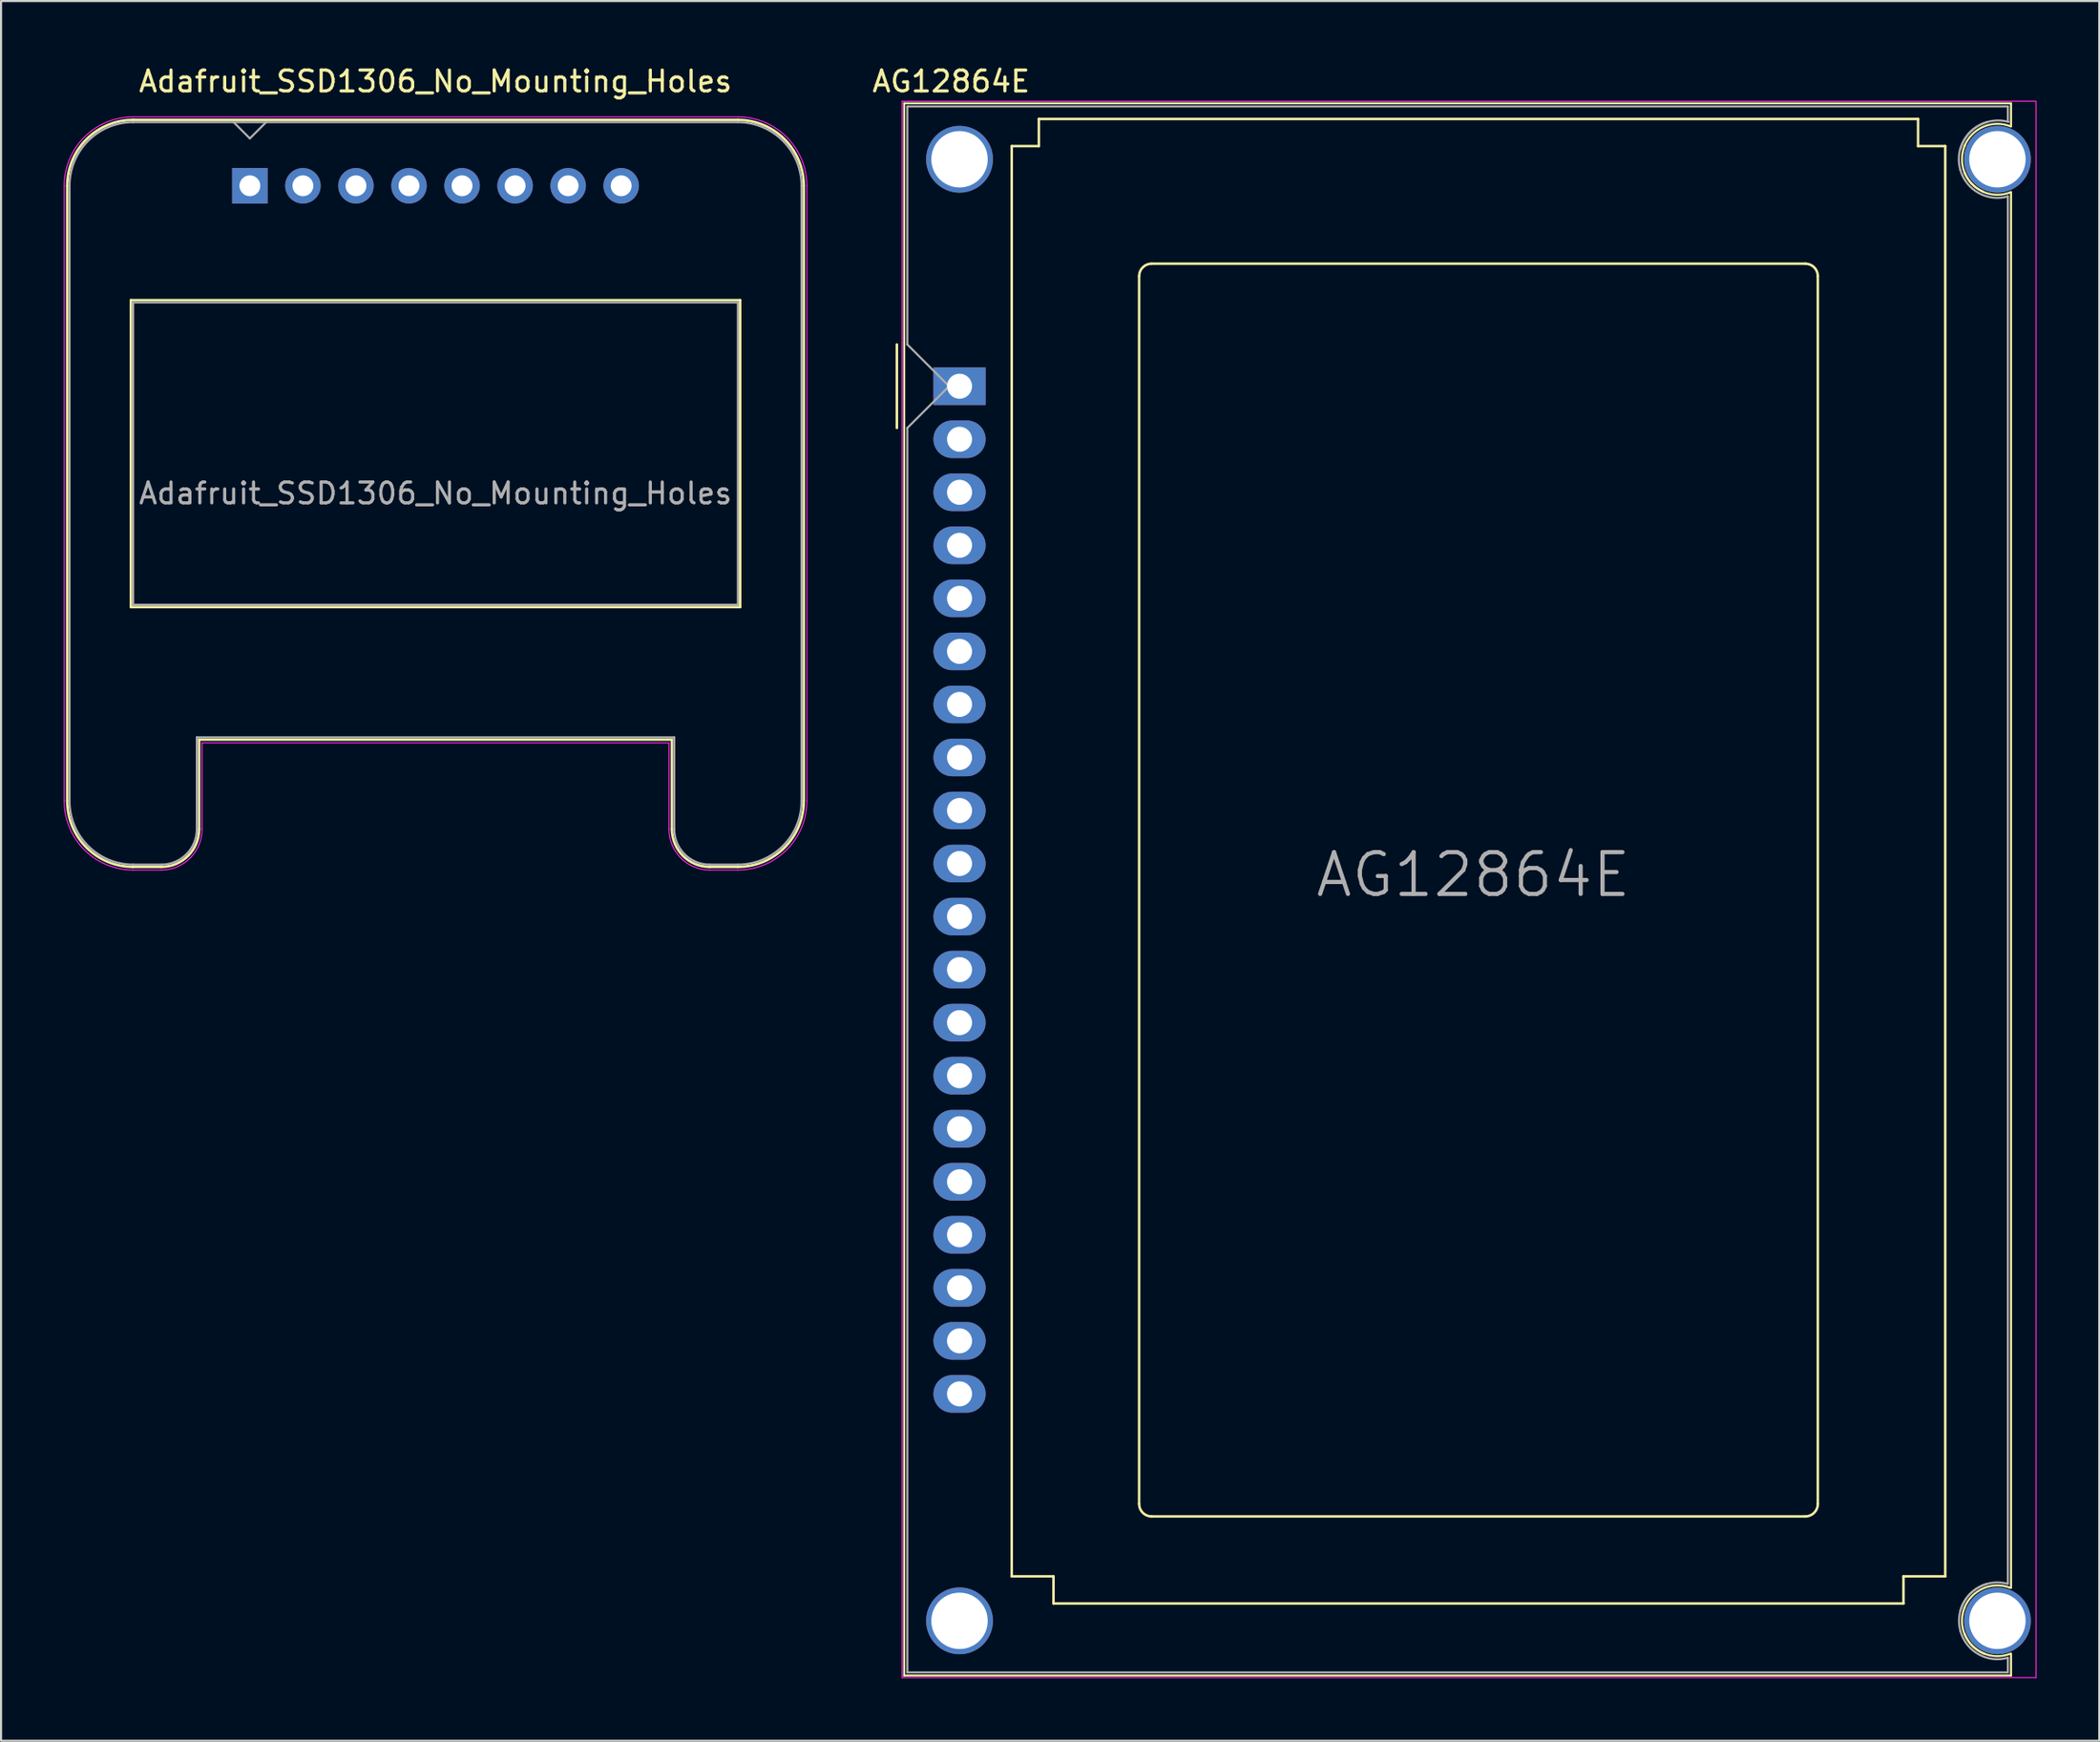
<source format=kicad_pcb>
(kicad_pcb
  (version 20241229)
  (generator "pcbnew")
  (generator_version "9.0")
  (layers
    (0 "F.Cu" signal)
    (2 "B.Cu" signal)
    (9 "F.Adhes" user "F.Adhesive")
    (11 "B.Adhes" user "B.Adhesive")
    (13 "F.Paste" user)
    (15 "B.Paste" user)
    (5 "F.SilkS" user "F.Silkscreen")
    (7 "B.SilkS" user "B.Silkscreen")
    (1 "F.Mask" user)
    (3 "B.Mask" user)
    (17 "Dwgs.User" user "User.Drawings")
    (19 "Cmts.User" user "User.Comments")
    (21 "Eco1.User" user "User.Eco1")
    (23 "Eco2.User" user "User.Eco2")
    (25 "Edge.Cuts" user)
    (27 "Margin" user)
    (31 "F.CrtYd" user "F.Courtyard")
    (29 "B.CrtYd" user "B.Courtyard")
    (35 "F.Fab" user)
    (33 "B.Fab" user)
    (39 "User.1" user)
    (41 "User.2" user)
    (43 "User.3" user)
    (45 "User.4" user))
  (footprint "Adafruit_SSD1306_No_Mounting_Holes"
    (layer "F.Cu")
    (at 8.915 5.848)
    (property "Reference" "Adafruit_SSD1306_No_Mounting_Holes" (at 8.89 -5 0) (layer "F.SilkS") (effects (font (size 1 1) (thickness 0.15))))
    (attr through_hole)
    (fp_line (start -8.746 0) (end -8.746 29.464) (stroke (width 0.12) (type solid)) (layer "F.SilkS"))
    (fp_line (start -5.698 5.478) (end -5.698 20.176) (stroke (width 0.12) (type solid)) (layer "F.SilkS"))
    (fp_line (start -5.698 5.478) (end 23.478 5.478) (stroke (width 0.12) (type solid)) (layer "F.SilkS"))
    (fp_line (start -5.698 20.176) (end 23.478 20.176) (stroke (width 0.12) (type solid)) (layer "F.SilkS"))
    (fp_line (start -4.238 32.622) (end -5.59 32.622) (stroke (width 0.12) (type solid)) (layer "F.SilkS"))
    (fp_line (start -2.43 26.526) (end -2.43 30.814) (stroke (width 0.12) (type solid)) (layer "F.SilkS"))
    (fp_line (start -2.43 26.526) (end 20.21 26.526) (stroke (width 0.12) (type solid)) (layer "F.SilkS"))
    (fp_line (start 20.21 26.526) (end 20.21 30.814) (stroke (width 0.12) (type solid)) (layer "F.SilkS"))
    (fp_line (start 22.018 32.622) (end 23.37 32.622) (stroke (width 0.12) (type solid)) (layer "F.SilkS"))
    (fp_line (start 23.368 -3.158) (end -5.588 -3.158) (stroke (width 0.12) (type solid)) (layer "F.SilkS"))
    (fp_line (start 23.478 5.478) (end 23.478 20.176) (stroke (width 0.12) (type solid)) (layer "F.SilkS"))
    (fp_line (start 26.526 0) (end 26.526 29.464) (stroke (width 0.12) (type solid)) (layer "F.SilkS"))
    (fp_arc (start -8.746 0) (mid -7.821043 -2.233043) (end -5.588 -3.158) (stroke (width 0.12) (type solid)) (layer "F.SilkS"))
    (fp_arc (start -5.588 32.622) (mid -7.821043 31.697043) (end -8.746 29.464) (stroke (width 0.12) (type solid)) (layer "F.SilkS"))
    (fp_arc (start -2.43 30.812) (mid -2.958137 32.091035) (end -4.236 32.622) (stroke (width 0.12) (type solid)) (layer "F.SilkS"))
    (fp_arc (start 22.016 32.622) (mid 20.738137 32.091035) (end 20.21 30.812) (stroke (width 0.12) (type solid)) (layer "F.SilkS"))
    (fp_arc (start 23.368 -3.158) (mid 25.601043 -2.233043) (end 26.526 0) (stroke (width 0.12) (type solid)) (layer "F.SilkS"))
    (fp_arc (start 26.526 29.464) (mid 25.601043 31.697043) (end 23.368 32.622) (stroke (width 0.12) (type solid)) (layer "F.SilkS"))
    (fp_line (start -8.89 0) (end -8.89 29.47) (stroke (width 0.05) (type solid)) (layer "F.CrtYd"))
    (fp_line (start -4.24 32.77) (end -5.59 32.77) (stroke (width 0.05) (type solid)) (layer "F.CrtYd"))
    (fp_line (start -2.29 26.68) (end -2.29 30.82) (stroke (width 0.05) (type solid)) (layer "F.CrtYd"))
    (fp_line (start -2.29 26.68) (end 20.07 26.68) (stroke (width 0.05) (type solid)) (layer "F.CrtYd"))
    (fp_line (start 20.07 26.68) (end 20.07 30.82) (stroke (width 0.05) (type solid)) (layer "F.CrtYd"))
    (fp_line (start 22.02 32.77) (end 23.37 32.77) (stroke (width 0.05) (type solid)) (layer "F.CrtYd"))
    (fp_line (start 23.37 -3.3) (end -5.59 -3.3) (stroke (width 0.05) (type solid)) (layer "F.CrtYd"))
    (fp_line (start 26.67 0) (end 26.67 29.47) (stroke (width 0.05) (type solid)) (layer "F.CrtYd"))
    (fp_arc (start -8.89 0) (mid -7.923452 -2.333452) (end -5.59 -3.3) (stroke (width 0.05) (type solid)) (layer "F.CrtYd"))
    (fp_arc (start -5.59 32.77) (mid -7.923452 31.803452) (end -8.89 29.47) (stroke (width 0.05) (type solid)) (layer "F.CrtYd"))
    (fp_arc (start -2.29 30.82) (mid -2.861142 32.198858) (end -4.24 32.77) (stroke (width 0.05) (type solid)) (layer "F.CrtYd"))
    (fp_arc (start 22.02 32.77) (mid 20.641142 32.198858) (end 20.07 30.82) (stroke (width 0.05) (type solid)) (layer "F.CrtYd"))
    (fp_arc (start 23.37 -3.3) (mid 25.703452 -2.333452) (end 26.67 0) (stroke (width 0.05) (type solid)) (layer "F.CrtYd"))
    (fp_arc (start 26.67 29.47) (mid 25.703452 31.803452) (end 23.37 32.77) (stroke (width 0.05) (type solid)) (layer "F.CrtYd"))
    (fp_line (start -8.636 0) (end -8.636 29.464) (stroke (width 0.1) (type solid)) (layer "F.Fab"))
    (fp_line (start -5.588 5.588) (end -5.588 20.066) (stroke (width 0.1) (type solid)) (layer "F.Fab"))
    (fp_line (start -5.588 5.588) (end 23.368 5.588) (stroke (width 0.1) (type solid)) (layer "F.Fab"))
    (fp_line (start -5.588 20.066) (end 23.368 20.066) (stroke (width 0.1) (type solid)) (layer "F.Fab"))
    (fp_line (start -4.238 32.512) (end -5.59 32.512) (stroke (width 0.1) (type solid)) (layer "F.Fab"))
    (fp_line (start -2.54 26.416) (end -2.54 30.814) (stroke (width 0.1) (type solid)) (layer "F.Fab"))
    (fp_line (start -2.54 26.416) (end 20.32 26.416) (stroke (width 0.1) (type solid)) (layer "F.Fab"))
    (fp_line (start -0.78 -3.048) (end 0 -2.268) (stroke (width 0.1) (type solid)) (layer "F.Fab"))
    (fp_line (start 0 -2.268) (end 0.78 -3.048) (stroke (width 0.1) (type solid)) (layer "F.Fab"))
    (fp_line (start 20.32 26.416) (end 20.32 30.814) (stroke (width 0.1) (type solid)) (layer "F.Fab"))
    (fp_line (start 22.018 32.512) (end 23.37 32.512) (stroke (width 0.1) (type solid)) (layer "F.Fab"))
    (fp_line (start 23.368 -3.048) (end -5.588 -3.048) (stroke (width 0.1) (type solid)) (layer "F.Fab"))
    (fp_line (start 23.368 5.588) (end 23.368 20.066) (stroke (width 0.1) (type solid)) (layer "F.Fab"))
    (fp_line (start 26.416 0) (end 26.416 29.464) (stroke (width 0.1) (type solid)) (layer "F.Fab"))
    (fp_arc (start -8.636 0.002) (mid -7.744676 -2.153847) (end -5.59 -3.048) (stroke (width 0.1) (type solid)) (layer "F.Fab"))
    (fp_arc (start -5.59 32.512) (mid -7.744676 31.617847) (end -8.636 29.462) (stroke (width 0.1) (type solid)) (layer "F.Fab"))
    (fp_arc (start -2.54 30.812) (mid -3.035918 32.013253) (end -4.236 32.512) (stroke (width 0.1) (type solid)) (layer "F.Fab"))
    (fp_arc (start 22.016 32.512) (mid 20.815918 32.013253) (end 20.32 30.812) (stroke (width 0.1) (type solid)) (layer "F.Fab"))
    (fp_arc (start 23.368 -3.048) (mid 25.523261 -2.155261) (end 26.416 0) (stroke (width 0.1) (type solid)) (layer "F.Fab"))
    (fp_arc (start 26.416 29.464) (mid 25.523261 31.619261) (end 23.368 32.512) (stroke (width 0.1) (type solid)) (layer "F.Fab"))
    (fp_text user "${REFERENCE}" (at 8.89 14.732 0) (layer "F.Fab") (effects (font (size 1 1) (thickness 0.15))))
    (pad "1" thru_hole rect (at 0 0) (size 1.7 1.7) (drill 1) (layers "*.Cu" "*.Mask"))
    (pad "2" thru_hole circle (at 2.54 0) (size 1.7 1.7) (drill 1) (layers "*.Cu" "*.Mask"))
    (pad "3" thru_hole circle (at 5.08 0) (size 1.7 1.7) (drill 1) (layers "*.Cu" "*.Mask"))
    (pad "4" thru_hole circle (at 7.62 0) (size 1.7 1.7) (drill 1) (layers "*.Cu" "*.Mask"))
    (pad "5" thru_hole circle (at 10.16 0) (size 1.7 1.7) (drill 1) (layers "*.Cu" "*.Mask"))
    (pad "6" thru_hole circle (at 12.7 0) (size 1.7 1.7) (drill 1) (layers "*.Cu" "*.Mask"))
    (pad "7" thru_hole circle (at 15.24 0) (size 1.7 1.7) (drill 1) (layers "*.Cu" "*.Mask"))
    (pad "8" thru_hole circle (at 17.78 0) (size 1.7 1.7) (drill 1) (layers "*.Cu" "*.Mask")))
  (footprint "AG12864E"
    (layer "F.Cu")
    (at 42.897 15.448)
    (property "Reference" "AG12864E" (at -0.4 -14.6 0) (layer "F.SilkS") (effects (font (size 1 1) (thickness 0.15))))
    (attr through_hole)
    (fp_line (start -3 -2) (end -3 2) (stroke (width 0.12) (type solid)) (layer "F.SilkS"))
    (fp_line (start -2.65 -13.55) (end -2.65 61.75) (stroke (width 0.1) (type solid)) (layer "F.SilkS"))
    (fp_line (start -2.65 61.75) (end 50.35 61.75) (stroke (width 0.1) (type solid)) (layer "F.SilkS"))
    (fp_line (start 2.5 57) (end 2.5 -11.5) (stroke (width 0.12) (type solid)) (layer "F.SilkS"))
    (fp_line (start 2.5 57) (end 4.5 57) (stroke (width 0.12) (type solid)) (layer "F.SilkS"))
    (fp_line (start 3.8 -12.8) (end 3.8 -11.5) (stroke (width 0.12) (type solid)) (layer "F.SilkS"))
    (fp_line (start 3.8 -12.8) (end 45.9 -12.8) (stroke (width 0.12) (type solid)) (layer "F.SilkS"))
    (fp_line (start 3.8 -11.5) (end 2.5 -11.5) (stroke (width 0.12) (type solid)) (layer "F.SilkS"))
    (fp_line (start 4.5 57) (end 4.5 58.3) (stroke (width 0.12) (type solid)) (layer "F.SilkS"))
    (fp_line (start 8.6 -5.27) (end 8.6 53.53) (stroke (width 0.12) (type solid)) (layer "F.SilkS"))
    (fp_line (start 9.2 54.13) (end 40.5 54.13) (stroke (width 0.12) (type solid)) (layer "F.SilkS"))
    (fp_line (start 40.5 -5.87) (end 9.21 -5.87) (stroke (width 0.12) (type solid)) (layer "F.SilkS"))
    (fp_line (start 41.1 53.53) (end 41.1 -5.27) (stroke (width 0.12) (type solid)) (layer "F.SilkS"))
    (fp_line (start 45.2 57) (end 45.2 58.3) (stroke (width 0.12) (type solid)) (layer "F.SilkS"))
    (fp_line (start 45.2 58.3) (end 4.5 58.3) (stroke (width 0.12) (type solid)) (layer "F.SilkS"))
    (fp_line (start 45.9 -11.5) (end 45.9 -12.8) (stroke (width 0.12) (type solid)) (layer "F.SilkS"))
    (fp_line (start 47.2 -11.5) (end 45.9 -11.5) (stroke (width 0.12) (type solid)) (layer "F.SilkS"))
    (fp_line (start 47.2 -11.5) (end 47.2 57) (stroke (width 0.12) (type solid)) (layer "F.SilkS"))
    (fp_line (start 47.2 57) (end 45.2 57) (stroke (width 0.12) (type solid)) (layer "F.SilkS"))
    (fp_line (start 50.35 -13.55) (end -2.65 -13.55) (stroke (width 0.1) (type solid)) (layer "F.SilkS"))
    (fp_line (start 50.35 -13.54) (end 50.35 -12.44) (stroke (width 0.1) (type solid)) (layer "F.SilkS"))
    (fp_line (start 50.35 57.55) (end 50.35 -9.3) (stroke (width 0.1) (type solid)) (layer "F.SilkS"))
    (fp_line (start 50.35 61.75) (end 50.35 60.7) (stroke (width 0.1) (type solid)) (layer "F.SilkS"))
    (fp_arc (start 8.6 -5.27) (mid 8.775736 -5.694264) (end 9.2 -5.87) (stroke (width 0.12) (type solid)) (layer "F.SilkS"))
    (fp_arc (start 9.2 54.13) (mid 8.775736 53.954264) (end 8.6 53.53) (stroke (width 0.12) (type solid)) (layer "F.SilkS"))
    (fp_arc (start 40.5 -5.87) (mid 40.924264 -5.694264) (end 41.1 -5.27) (stroke (width 0.12) (type solid)) (layer "F.SilkS"))
    (fp_arc (start 41.1 53.53) (mid 40.924264 53.954264) (end 40.5 54.13) (stroke (width 0.12) (type solid)) (layer "F.SilkS"))
    (fp_arc (start 48.12 -11.49) (mid 49.021177 -12.425635) (end 50.32 -12.45) (stroke (width 0.1) (type solid)) (layer "F.SilkS"))
    (fp_arc (start 48.12 58.51) (mid 49.021177 57.574365) (end 50.32 57.55) (stroke (width 0.1) (type solid)) (layer "F.SilkS"))
    (fp_arc (start 49.01 -9.32) (mid 48.116081 -10.261888) (end 48.15 -11.56) (stroke (width 0.1) (type solid)) (layer "F.SilkS"))
    (fp_arc (start 49.08 60.71) (mid 48.144365 59.808823) (end 48.12 58.51) (stroke (width 0.1) (type solid)) (layer "F.SilkS"))
    (fp_arc (start 50.31 60.71) (mid 49.014106 60.678564) (end 48.12 59.74) (stroke (width 0.1) (type solid)) (layer "F.SilkS"))
    (fp_arc (start 50.33 -9.29) (mid 49.028249 -9.307294) (end 48.12 -10.24) (stroke (width 0.1) (type solid)) (layer "F.SilkS"))
    (fp_line (start -2.75 -13.65) (end -2.75 61.85) (stroke (width 0.05) (type solid)) (layer "F.CrtYd"))
    (fp_line (start -2.75 -13.65) (end 51.55 -13.65) (stroke (width 0.05) (type solid)) (layer "F.CrtYd"))
    (fp_line (start -2.75 61.85) (end 51.55 61.85) (stroke (width 0.05) (type solid)) (layer "F.CrtYd"))
    (fp_line (start 51.55 -13.65) (end 51.55 61.85) (stroke (width 0.05) (type solid)) (layer "F.CrtYd"))
    (fp_line (start -2.5 -13.4) (end -2.5 -2) (stroke (width 0.1) (type solid)) (layer "F.Fab"))
    (fp_line (start -2.5 -13.4) (end 50.2 -13.4) (stroke (width 0.1) (type solid)) (layer "F.Fab"))
    (fp_line (start -2.5 -2) (end -0.5 0) (stroke (width 0.1) (type solid)) (layer "F.Fab"))
    (fp_line (start -2.5 2) (end -2.5 61.6) (stroke (width 0.1) (type solid)) (layer "F.Fab"))
    (fp_line (start -2.5 61.6) (end 50.2 61.6) (stroke (width 0.1) (type solid)) (layer "F.Fab"))
    (fp_line (start -0.5 0) (end -2.5 2) (stroke (width 0.1) (type solid)) (layer "F.Fab"))
    (fp_line (start 50.2 -13.4) (end 50.2 -12.7) (stroke (width 0.1) (type solid)) (layer "F.Fab"))
    (fp_line (start 50.2 -9.1) (end 50.2 57.35) (stroke (width 0.1) (type solid)) (layer "F.Fab"))
    (fp_line (start 50.2 61.6) (end 50.2 60.9) (stroke (width 0.1) (type solid)) (layer "F.Fab"))
    (fp_arc (start 47.92 -10.37) (mid 48.087797 -11.775097) (end 49.2 -12.65) (stroke (width 0.1) (type solid)) (layer "F.Fab"))
    (fp_arc (start 47.93 -11.36) (mid 48.810761 -12.486346) (end 50.23 -12.66) (stroke (width 0.1) (type solid)) (layer "F.Fab"))
    (fp_arc (start 47.93 58.63) (mid 48.801974 57.524868) (end 50.2 57.36) (stroke (width 0.1) (type solid)) (layer "F.Fab"))
    (fp_arc (start 47.93 59.63) (mid 48.094868 58.231974) (end 49.2 57.36) (stroke (width 0.1) (type solid)) (layer "F.Fab"))
    (fp_arc (start 50.2 -9.09) (mid 48.794903 -9.257797) (end 47.92 -10.37) (stroke (width 0.1) (type solid)) (layer "F.Fab"))
    (fp_arc (start 50.2 60.9) (mid 48.801974 60.735132) (end 47.93 59.63) (stroke (width 0.1) (type solid)) (layer "F.Fab"))
    (fp_text user "${REFERENCE}" (at 24.6 23.4 0) (layer "F.Fab") (effects (font (size 2 2) (thickness 0.2))))
    (pad "" thru_hole circle (at 0 -10.87 270) (size 3.2 3.2) (drill 2.7) (layers "*.Cu" "*.Mask"))
    (pad "" thru_hole circle (at 0 59.13 270) (size 3.2 3.2) (drill 2.7) (layers "*.Cu" "*.Mask"))
    (pad "" thru_hole circle (at 49.7 -10.87 270) (size 3.2 3.2) (drill 2.7) (layers "*.Cu" "*.Mask"))
    (pad "" thru_hole circle (at 49.7 59.13 270) (size 3.2 3.2) (drill 2.7) (layers "*.Cu" "*.Mask"))
    (pad "1" thru_hole rect (at 0 0 270) (size 1.8 2.5) (drill 1.2) (layers "*.Cu" "*.Mask"))
    (pad "2" thru_hole oval (at 0 2.54 270) (size 1.8 2.5) (drill 1.2) (layers "*.Cu" "*.Mask"))
    (pad "3" thru_hole oval (at 0 5.08 270) (size 1.8 2.5) (drill 1.2) (layers "*.Cu" "*.Mask"))
    (pad "4" thru_hole oval (at 0 7.62 270) (size 1.8 2.5) (drill 1.2) (layers "*.Cu" "*.Mask"))
    (pad "5" thru_hole oval (at 0 10.16 270) (size 1.8 2.5) (drill 1.2) (layers "*.Cu" "*.Mask"))
    (pad "6" thru_hole oval (at 0 12.7 270) (size 1.8 2.5) (drill 1.2) (layers "*.Cu" "*.Mask"))
    (pad "7" thru_hole oval (at 0 15.24 270) (size 1.8 2.5) (drill 1.2) (layers "*.Cu" "*.Mask"))
    (pad "8" thru_hole oval (at 0 17.78 270) (size 1.8 2.5) (drill 1.2) (layers "*.Cu" "*.Mask"))
    (pad "9" thru_hole oval (at 0 20.32 270) (size 1.8 2.5) (drill 1.2) (layers "*.Cu" "*.Mask"))
    (pad "10" thru_hole oval (at 0 22.86 270) (size 1.8 2.5) (drill 1.2) (layers "*.Cu" "*.Mask"))
    (pad "11" thru_hole oval (at 0 25.4 270) (size 1.8 2.5) (drill 1.2) (layers "*.Cu" "*.Mask"))
    (pad "12" thru_hole oval (at 0 27.94 270) (size 1.8 2.5) (drill 1.2) (layers "*.Cu" "*.Mask"))
    (pad "13" thru_hole oval (at 0 30.48 270) (size 1.8 2.5) (drill 1.2) (layers "*.Cu" "*.Mask"))
    (pad "14" thru_hole oval (at 0 33.02 270) (size 1.8 2.5) (drill 1.2) (layers "*.Cu" "*.Mask"))
    (pad "15" thru_hole oval (at 0 35.56 270) (size 1.8 2.5) (drill 1.2) (layers "*.Cu" "*.Mask"))
    (pad "16" thru_hole oval (at 0 38.1 270) (size 1.8 2.5) (drill 1.2) (layers "*.Cu" "*.Mask"))
    (pad "17" thru_hole oval (at 0 40.64 270) (size 1.8 2.5) (drill 1.2) (layers "*.Cu" "*.Mask"))
    (pad "18" thru_hole oval (at 0 43.18 270) (size 1.8 2.5) (drill 1.2) (layers "*.Cu" "*.Mask"))
    (pad "19" thru_hole oval (at 0 45.72 270) (size 1.8 2.5) (drill 1.2) (layers "*.Cu" "*.Mask"))
    (pad "20" thru_hole oval (at 0 48.26 270) (size 1.8 2.5) (drill 1.2) (layers "*.Cu" "*.Mask")))
  (gr_rect
    (start -3 -3)
    (end 97.472 80.323)
    (stroke (width 0.1) (type default))
    (fill no)
    (layer "Edge.Cuts")))
</source>
